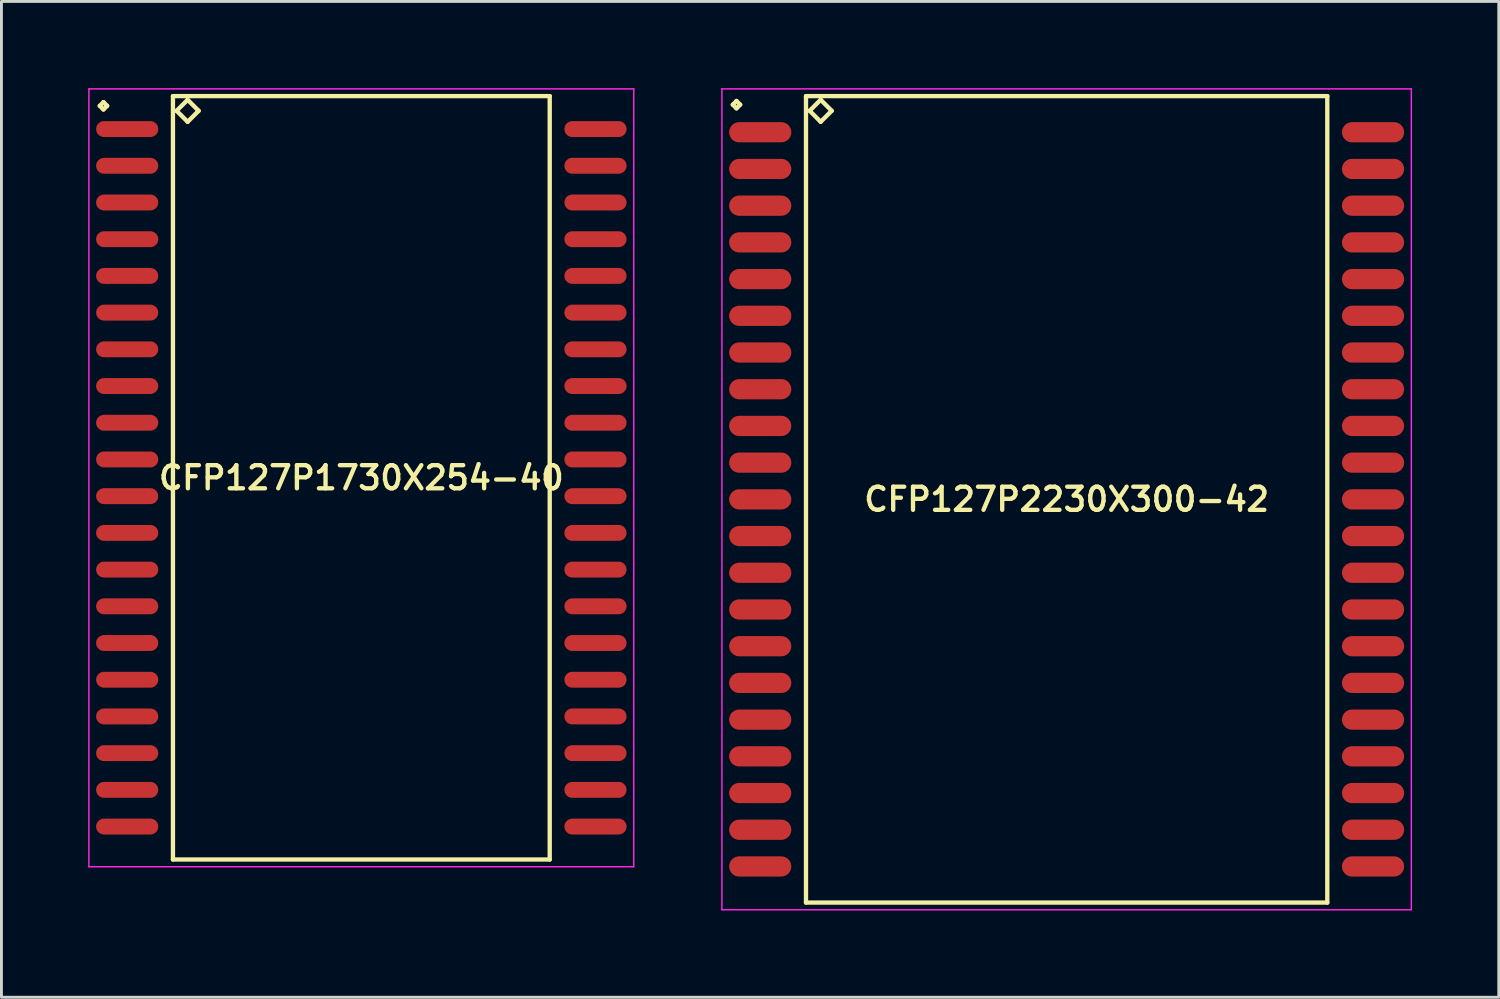
<source format=kicad_pcb>
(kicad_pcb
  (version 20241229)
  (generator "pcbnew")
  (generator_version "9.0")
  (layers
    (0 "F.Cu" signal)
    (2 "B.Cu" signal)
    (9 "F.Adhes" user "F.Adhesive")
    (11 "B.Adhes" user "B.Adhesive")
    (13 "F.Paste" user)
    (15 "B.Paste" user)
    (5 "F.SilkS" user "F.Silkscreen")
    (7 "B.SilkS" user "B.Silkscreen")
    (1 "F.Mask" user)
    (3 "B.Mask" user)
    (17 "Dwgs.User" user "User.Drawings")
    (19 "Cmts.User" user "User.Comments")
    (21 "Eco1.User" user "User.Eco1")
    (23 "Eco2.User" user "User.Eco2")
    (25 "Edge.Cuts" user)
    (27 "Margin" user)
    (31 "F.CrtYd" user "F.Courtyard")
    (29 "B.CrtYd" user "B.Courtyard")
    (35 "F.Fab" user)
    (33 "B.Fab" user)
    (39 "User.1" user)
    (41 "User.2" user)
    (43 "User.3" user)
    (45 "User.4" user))
  (footprint "CFP127P1730X254-40"
    (layer "F.Cu")
    (at 9.45 13.48)
    (property "Reference" "CFP127P1730X254-40" (at 0 0 0) (layer "F.SilkS") (effects (font (size 0.8 0.8) (thickness 0.15))))
    (attr smd)
    (fp_line (start -9.048 -12.869) (end -8.921 -12.996) (stroke (width 0.15) (type solid)) (layer "F.SilkS"))
    (fp_line (start -8.921 -12.996) (end -8.794 -12.869) (stroke (width 0.15) (type solid)) (layer "F.SilkS"))
    (fp_line (start -8.921 -12.742) (end -9.048 -12.869) (stroke (width 0.15) (type solid)) (layer "F.SilkS"))
    (fp_line (start -8.794 -12.869) (end -8.921 -12.742) (stroke (width 0.15) (type solid)) (layer "F.SilkS"))
    (fp_line (start -6.517 -13.205) (end -6.517 13.205) (stroke (width 0.15) (type solid)) (layer "F.SilkS"))
    (fp_line (start -6.517 13.205) (end 6.517 13.205) (stroke (width 0.15) (type solid)) (layer "F.SilkS"))
    (fp_line (start -6.39 -12.697) (end -6.009 -13.078) (stroke (width 0.15) (type solid)) (layer "F.SilkS"))
    (fp_line (start -6.009 -13.078) (end -5.628 -12.697) (stroke (width 0.15) (type solid)) (layer "F.SilkS"))
    (fp_line (start -6.009 -12.316) (end -6.39 -12.697) (stroke (width 0.15) (type solid)) (layer "F.SilkS"))
    (fp_line (start -5.628 -12.697) (end -6.009 -12.316) (stroke (width 0.15) (type solid)) (layer "F.SilkS"))
    (fp_line (start 6.517 -13.205) (end -6.517 -13.205) (stroke (width 0.15) (type solid)) (layer "F.SilkS"))
    (fp_line (start 6.517 13.205) (end 6.517 -13.205) (stroke (width 0.15) (type solid)) (layer "F.SilkS"))
    (fp_line (start -9.425 -13.455) (end 9.425 -13.455) (stroke (width 0.05) (type solid)) (layer "F.CrtYd"))
    (fp_line (start -9.425 13.455) (end -9.425 -13.455) (stroke (width 0.05) (type solid)) (layer "F.CrtYd"))
    (fp_line (start 9.425 -13.455) (end 9.425 13.455) (stroke (width 0.05) (type solid)) (layer "F.CrtYd"))
    (fp_line (start 9.425 13.455) (end -9.425 13.455) (stroke (width 0.05) (type solid)) (layer "F.CrtYd"))
    (pad "1" smd oval (at -8.1 -12.065) (size 2.15 0.55) (layers "F.Cu" "F.Mask" "F.Paste"))
    (pad "2" smd oval (at -8.1 -10.795) (size 2.15 0.55) (layers "F.Cu" "F.Mask" "F.Paste"))
    (pad "3" smd oval (at -8.1 -9.525) (size 2.15 0.55) (layers "F.Cu" "F.Mask" "F.Paste"))
    (pad "4" smd oval (at -8.1 -8.255) (size 2.15 0.55) (layers "F.Cu" "F.Mask" "F.Paste"))
    (pad "5" smd oval (at -8.1 -6.985) (size 2.15 0.55) (layers "F.Cu" "F.Mask" "F.Paste"))
    (pad "6" smd oval (at -8.1 -5.715) (size 2.15 0.55) (layers "F.Cu" "F.Mask" "F.Paste"))
    (pad "7" smd oval (at -8.1 -4.445) (size 2.15 0.55) (layers "F.Cu" "F.Mask" "F.Paste"))
    (pad "8" smd oval (at -8.1 -3.175) (size 2.15 0.55) (layers "F.Cu" "F.Mask" "F.Paste"))
    (pad "9" smd oval (at -8.1 -1.905) (size 2.15 0.55) (layers "F.Cu" "F.Mask" "F.Paste"))
    (pad "10" smd oval (at -8.1 -0.635) (size 2.15 0.55) (layers "F.Cu" "F.Mask" "F.Paste"))
    (pad "11" smd oval (at -8.1 0.635) (size 2.15 0.55) (layers "F.Cu" "F.Mask" "F.Paste"))
    (pad "12" smd oval (at -8.1 1.905) (size 2.15 0.55) (layers "F.Cu" "F.Mask" "F.Paste"))
    (pad "13" smd oval (at -8.1 3.175) (size 2.15 0.55) (layers "F.Cu" "F.Mask" "F.Paste"))
    (pad "14" smd oval (at -8.1 4.445) (size 2.15 0.55) (layers "F.Cu" "F.Mask" "F.Paste"))
    (pad "15" smd oval (at -8.1 5.715) (size 2.15 0.55) (layers "F.Cu" "F.Mask" "F.Paste"))
    (pad "16" smd oval (at -8.1 6.985) (size 2.15 0.55) (layers "F.Cu" "F.Mask" "F.Paste"))
    (pad "17" smd oval (at -8.1 8.255) (size 2.15 0.55) (layers "F.Cu" "F.Mask" "F.Paste"))
    (pad "18" smd oval (at -8.1 9.525) (size 2.15 0.55) (layers "F.Cu" "F.Mask" "F.Paste"))
    (pad "19" smd oval (at -8.1 10.795) (size 2.15 0.55) (layers "F.Cu" "F.Mask" "F.Paste"))
    (pad "20" smd oval (at -8.1 12.065) (size 2.15 0.55) (layers "F.Cu" "F.Mask" "F.Paste"))
    (pad "21" smd oval (at 8.1 12.065) (size 2.15 0.55) (layers "F.Cu" "F.Mask" "F.Paste"))
    (pad "22" smd oval (at 8.1 10.795) (size 2.15 0.55) (layers "F.Cu" "F.Mask" "F.Paste"))
    (pad "23" smd oval (at 8.1 9.525) (size 2.15 0.55) (layers "F.Cu" "F.Mask" "F.Paste"))
    (pad "24" smd oval (at 8.1 8.255) (size 2.15 0.55) (layers "F.Cu" "F.Mask" "F.Paste"))
    (pad "25" smd oval (at 8.1 6.985) (size 2.15 0.55) (layers "F.Cu" "F.Mask" "F.Paste"))
    (pad "26" smd oval (at 8.1 5.715) (size 2.15 0.55) (layers "F.Cu" "F.Mask" "F.Paste"))
    (pad "27" smd oval (at 8.1 4.445) (size 2.15 0.55) (layers "F.Cu" "F.Mask" "F.Paste"))
    (pad "28" smd oval (at 8.1 3.175) (size 2.15 0.55) (layers "F.Cu" "F.Mask" "F.Paste"))
    (pad "29" smd oval (at 8.1 1.905) (size 2.15 0.55) (layers "F.Cu" "F.Mask" "F.Paste"))
    (pad "30" smd oval (at 8.1 0.635) (size 2.15 0.55) (layers "F.Cu" "F.Mask" "F.Paste"))
    (pad "31" smd oval (at 8.1 -0.635) (size 2.15 0.55) (layers "F.Cu" "F.Mask" "F.Paste"))
    (pad "32" smd oval (at 8.1 -1.905) (size 2.15 0.55) (layers "F.Cu" "F.Mask" "F.Paste"))
    (pad "33" smd oval (at 8.1 -3.175) (size 2.15 0.55) (layers "F.Cu" "F.Mask" "F.Paste"))
    (pad "34" smd oval (at 8.1 -4.445) (size 2.15 0.55) (layers "F.Cu" "F.Mask" "F.Paste"))
    (pad "35" smd oval (at 8.1 -5.715) (size 2.15 0.55) (layers "F.Cu" "F.Mask" "F.Paste"))
    (pad "36" smd oval (at 8.1 -6.985) (size 2.15 0.55) (layers "F.Cu" "F.Mask" "F.Paste"))
    (pad "37" smd oval (at 8.1 -8.255) (size 2.15 0.55) (layers "F.Cu" "F.Mask" "F.Paste"))
    (pad "38" smd oval (at 8.1 -9.525) (size 2.15 0.55) (layers "F.Cu" "F.Mask" "F.Paste"))
    (pad "39" smd oval (at 8.1 -10.795) (size 2.15 0.55) (layers "F.Cu" "F.Mask" "F.Paste"))
    (pad "40" smd oval (at 8.1 -12.065) (size 2.15 0.55) (layers "F.Cu" "F.Mask" "F.Paste")))
  (footprint "CFP127P2230X300-42"
    (layer "F.Cu")
    (at 33.85 14.225)
    (property "Reference" "CFP127P2230X300-42" (at 0 0 0) (layer "F.SilkS") (effects (font (size 0.8 0.8) (thickness 0.15))))
    (attr smd)
    (fp_line (start -11.548 -13.654) (end -11.421 -13.781) (stroke (width 0.15) (type solid)) (layer "F.SilkS"))
    (fp_line (start -11.421 -13.781) (end -11.294 -13.654) (stroke (width 0.15) (type solid)) (layer "F.SilkS"))
    (fp_line (start -11.421 -13.527) (end -11.548 -13.654) (stroke (width 0.15) (type solid)) (layer "F.SilkS"))
    (fp_line (start -11.294 -13.654) (end -11.421 -13.527) (stroke (width 0.15) (type solid)) (layer "F.SilkS"))
    (fp_line (start -9.017 -13.95) (end -9.017 13.95) (stroke (width 0.15) (type solid)) (layer "F.SilkS"))
    (fp_line (start -9.017 13.95) (end 9.017 13.95) (stroke (width 0.15) (type solid)) (layer "F.SilkS"))
    (fp_line (start -8.89 -13.442) (end -8.509 -13.823) (stroke (width 0.15) (type solid)) (layer "F.SilkS"))
    (fp_line (start -8.509 -13.823) (end -8.128 -13.442) (stroke (width 0.15) (type solid)) (layer "F.SilkS"))
    (fp_line (start -8.509 -13.061) (end -8.89 -13.442) (stroke (width 0.15) (type solid)) (layer "F.SilkS"))
    (fp_line (start -8.128 -13.442) (end -8.509 -13.061) (stroke (width 0.15) (type solid)) (layer "F.SilkS"))
    (fp_line (start 9.017 -13.95) (end -9.017 -13.95) (stroke (width 0.15) (type solid)) (layer "F.SilkS"))
    (fp_line (start 9.017 13.95) (end 9.017 -13.95) (stroke (width 0.15) (type solid)) (layer "F.SilkS"))
    (fp_line (start -11.925 -14.2) (end 11.925 -14.2) (stroke (width 0.05) (type solid)) (layer "F.CrtYd"))
    (fp_line (start -11.925 14.2) (end -11.925 -14.2) (stroke (width 0.05) (type solid)) (layer "F.CrtYd"))
    (fp_line (start 11.925 -14.2) (end 11.925 14.2) (stroke (width 0.05) (type solid)) (layer "F.CrtYd"))
    (fp_line (start 11.925 14.2) (end -11.925 14.2) (stroke (width 0.05) (type solid)) (layer "F.CrtYd"))
    (pad "1" smd oval (at -10.6 -12.7) (size 2.15 0.7) (layers "F.Cu" "F.Mask" "F.Paste"))
    (pad "2" smd oval (at -10.6 -11.43) (size 2.15 0.7) (layers "F.Cu" "F.Mask" "F.Paste"))
    (pad "3" smd oval (at -10.6 -10.16) (size 2.15 0.7) (layers "F.Cu" "F.Mask" "F.Paste"))
    (pad "4" smd oval (at -10.6 -8.89) (size 2.15 0.7) (layers "F.Cu" "F.Mask" "F.Paste"))
    (pad "5" smd oval (at -10.6 -7.62) (size 2.15 0.7) (layers "F.Cu" "F.Mask" "F.Paste"))
    (pad "6" smd oval (at -10.6 -6.35) (size 2.15 0.7) (layers "F.Cu" "F.Mask" "F.Paste"))
    (pad "7" smd oval (at -10.6 -5.08) (size 2.15 0.7) (layers "F.Cu" "F.Mask" "F.Paste"))
    (pad "8" smd oval (at -10.6 -3.81) (size 2.15 0.7) (layers "F.Cu" "F.Mask" "F.Paste"))
    (pad "9" smd oval (at -10.6 -2.54) (size 2.15 0.7) (layers "F.Cu" "F.Mask" "F.Paste"))
    (pad "10" smd oval (at -10.6 -1.27) (size 2.15 0.7) (layers "F.Cu" "F.Mask" "F.Paste"))
    (pad "11" smd oval (at -10.6 0) (size 2.15 0.7) (layers "F.Cu" "F.Mask" "F.Paste"))
    (pad "12" smd oval (at -10.6 1.27) (size 2.15 0.7) (layers "F.Cu" "F.Mask" "F.Paste"))
    (pad "13" smd oval (at -10.6 2.54) (size 2.15 0.7) (layers "F.Cu" "F.Mask" "F.Paste"))
    (pad "14" smd oval (at -10.6 3.81) (size 2.15 0.7) (layers "F.Cu" "F.Mask" "F.Paste"))
    (pad "15" smd oval (at -10.6 5.08) (size 2.15 0.7) (layers "F.Cu" "F.Mask" "F.Paste"))
    (pad "16" smd oval (at -10.6 6.35) (size 2.15 0.7) (layers "F.Cu" "F.Mask" "F.Paste"))
    (pad "17" smd oval (at -10.6 7.62) (size 2.15 0.7) (layers "F.Cu" "F.Mask" "F.Paste"))
    (pad "18" smd oval (at -10.6 8.89) (size 2.15 0.7) (layers "F.Cu" "F.Mask" "F.Paste"))
    (pad "19" smd oval (at -10.6 10.16) (size 2.15 0.7) (layers "F.Cu" "F.Mask" "F.Paste"))
    (pad "20" smd oval (at -10.6 11.43) (size 2.15 0.7) (layers "F.Cu" "F.Mask" "F.Paste"))
    (pad "21" smd oval (at -10.6 12.7) (size 2.15 0.7) (layers "F.Cu" "F.Mask" "F.Paste"))
    (pad "22" smd oval (at 10.6 12.7) (size 2.15 0.7) (layers "F.Cu" "F.Mask" "F.Paste"))
    (pad "23" smd oval (at 10.6 11.43) (size 2.15 0.7) (layers "F.Cu" "F.Mask" "F.Paste"))
    (pad "24" smd oval (at 10.6 10.16) (size 2.15 0.7) (layers "F.Cu" "F.Mask" "F.Paste"))
    (pad "25" smd oval (at 10.6 8.89) (size 2.15 0.7) (layers "F.Cu" "F.Mask" "F.Paste"))
    (pad "26" smd oval (at 10.6 7.62) (size 2.15 0.7) (layers "F.Cu" "F.Mask" "F.Paste"))
    (pad "27" smd oval (at 10.6 6.35) (size 2.15 0.7) (layers "F.Cu" "F.Mask" "F.Paste"))
    (pad "28" smd oval (at 10.6 5.08) (size 2.15 0.7) (layers "F.Cu" "F.Mask" "F.Paste"))
    (pad "29" smd oval (at 10.6 3.81) (size 2.15 0.7) (layers "F.Cu" "F.Mask" "F.Paste"))
    (pad "30" smd oval (at 10.6 2.54) (size 2.15 0.7) (layers "F.Cu" "F.Mask" "F.Paste"))
    (pad "31" smd oval (at 10.6 1.27) (size 2.15 0.7) (layers "F.Cu" "F.Mask" "F.Paste"))
    (pad "32" smd oval (at 10.6 0) (size 2.15 0.7) (layers "F.Cu" "F.Mask" "F.Paste"))
    (pad "33" smd oval (at 10.6 -1.27) (size 2.15 0.7) (layers "F.Cu" "F.Mask" "F.Paste"))
    (pad "34" smd oval (at 10.6 -2.54) (size 2.15 0.7) (layers "F.Cu" "F.Mask" "F.Paste"))
    (pad "35" smd oval (at 10.6 -3.81) (size 2.15 0.7) (layers "F.Cu" "F.Mask" "F.Paste"))
    (pad "36" smd oval (at 10.6 -5.08) (size 2.15 0.7) (layers "F.Cu" "F.Mask" "F.Paste"))
    (pad "37" smd oval (at 10.6 -6.35) (size 2.15 0.7) (layers "F.Cu" "F.Mask" "F.Paste"))
    (pad "38" smd oval (at 10.6 -7.62) (size 2.15 0.7) (layers "F.Cu" "F.Mask" "F.Paste"))
    (pad "39" smd oval (at 10.6 -8.89) (size 2.15 0.7) (layers "F.Cu" "F.Mask" "F.Paste"))
    (pad "40" smd oval (at 10.6 -10.16) (size 2.15 0.7) (layers "F.Cu" "F.Mask" "F.Paste"))
    (pad "41" smd oval (at 10.6 -11.43) (size 2.15 0.7) (layers "F.Cu" "F.Mask" "F.Paste"))
    (pad "42" smd oval (at 10.6 -12.7) (size 2.15 0.7) (layers "F.Cu" "F.Mask" "F.Paste")))
  (gr_rect
    (start -3 -3)
    (end 48.8 31.45)
    (stroke (width 0.1) (type default))
    (fill no)
    (layer "Edge.Cuts")))
</source>
